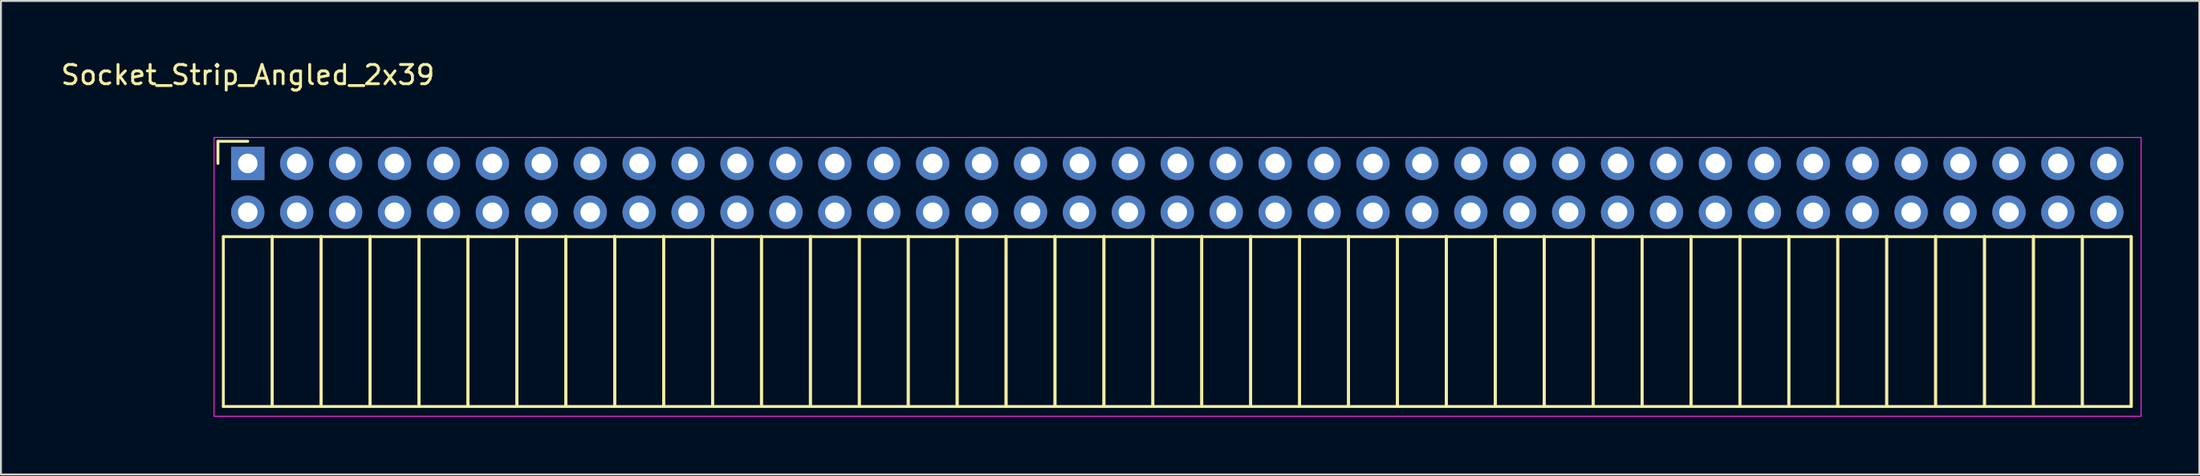
<source format=kicad_pcb>
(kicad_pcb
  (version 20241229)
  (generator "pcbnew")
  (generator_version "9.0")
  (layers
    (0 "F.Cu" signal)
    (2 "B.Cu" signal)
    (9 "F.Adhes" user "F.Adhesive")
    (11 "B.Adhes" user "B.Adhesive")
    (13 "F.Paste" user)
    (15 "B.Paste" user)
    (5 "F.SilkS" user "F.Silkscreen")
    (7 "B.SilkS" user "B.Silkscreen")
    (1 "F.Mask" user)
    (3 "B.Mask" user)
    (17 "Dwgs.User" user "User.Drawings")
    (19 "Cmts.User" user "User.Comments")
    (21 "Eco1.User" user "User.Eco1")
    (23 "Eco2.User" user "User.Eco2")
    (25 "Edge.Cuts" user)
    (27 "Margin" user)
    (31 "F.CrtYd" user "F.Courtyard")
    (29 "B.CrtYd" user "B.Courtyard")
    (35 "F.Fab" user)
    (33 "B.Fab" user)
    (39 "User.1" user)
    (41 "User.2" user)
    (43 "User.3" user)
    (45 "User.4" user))
  (footprint "Socket_Strip_Angled_2x39"
    (layer "F.Cu")
    (at 9.815 5.448)
    (property "Reference" "Socket_Strip_Angled_2x39" (at 0 -4.6 0) (layer "F.SilkS") (effects (font (size 1 1) (thickness 0.15))))
    (attr through_hole)
    (fp_line (start -1.55 -1.15) (end -1.55 0) (stroke (width 0.15) (type solid)) (layer "F.SilkS"))
    (fp_line (start -1.27 3.81) (end -1.27 12.64) (stroke (width 0.15) (type solid)) (layer "F.SilkS"))
    (fp_line (start -1.27 3.81) (end 1.27 3.81) (stroke (width 0.15) (type solid)) (layer "F.SilkS"))
    (fp_line (start -1.27 12.64) (end 1.27 12.64) (stroke (width 0.15) (type solid)) (layer "F.SilkS"))
    (fp_line (start 0 -1.15) (end -1.55 -1.15) (stroke (width 0.15) (type solid)) (layer "F.SilkS"))
    (fp_line (start 1.27 3.81) (end 1.27 12.64) (stroke (width 0.15) (type solid)) (layer "F.SilkS"))
    (fp_line (start 1.27 3.81) (end 3.81 3.81) (stroke (width 0.15) (type solid)) (layer "F.SilkS"))
    (fp_line (start 1.27 12.64) (end 1.27 3.81) (stroke (width 0.15) (type solid)) (layer "F.SilkS"))
    (fp_line (start 1.27 12.64) (end 3.81 12.64) (stroke (width 0.15) (type solid)) (layer "F.SilkS"))
    (fp_line (start 3.81 3.81) (end 3.81 12.64) (stroke (width 0.15) (type solid)) (layer "F.SilkS"))
    (fp_line (start 3.81 3.81) (end 6.35 3.81) (stroke (width 0.15) (type solid)) (layer "F.SilkS"))
    (fp_line (start 3.81 12.64) (end 3.81 3.81) (stroke (width 0.15) (type solid)) (layer "F.SilkS"))
    (fp_line (start 3.81 12.64) (end 6.35 12.64) (stroke (width 0.15) (type solid)) (layer "F.SilkS"))
    (fp_line (start 6.35 3.81) (end 6.35 12.64) (stroke (width 0.15) (type solid)) (layer "F.SilkS"))
    (fp_line (start 6.35 3.81) (end 8.89 3.81) (stroke (width 0.15) (type solid)) (layer "F.SilkS"))
    (fp_line (start 6.35 12.64) (end 6.35 3.81) (stroke (width 0.15) (type solid)) (layer "F.SilkS"))
    (fp_line (start 6.35 12.64) (end 8.89 12.64) (stroke (width 0.15) (type solid)) (layer "F.SilkS"))
    (fp_line (start 8.89 3.81) (end 8.89 12.64) (stroke (width 0.15) (type solid)) (layer "F.SilkS"))
    (fp_line (start 8.89 3.81) (end 11.43 3.81) (stroke (width 0.15) (type solid)) (layer "F.SilkS"))
    (fp_line (start 8.89 12.64) (end 8.89 3.81) (stroke (width 0.15) (type solid)) (layer "F.SilkS"))
    (fp_line (start 8.89 12.64) (end 11.43 12.64) (stroke (width 0.15) (type solid)) (layer "F.SilkS"))
    (fp_line (start 11.43 3.81) (end 11.43 12.64) (stroke (width 0.15) (type solid)) (layer "F.SilkS"))
    (fp_line (start 11.43 3.81) (end 13.97 3.81) (stroke (width 0.15) (type solid)) (layer "F.SilkS"))
    (fp_line (start 11.43 12.64) (end 11.43 3.81) (stroke (width 0.15) (type solid)) (layer "F.SilkS"))
    (fp_line (start 11.43 12.64) (end 13.97 12.64) (stroke (width 0.15) (type solid)) (layer "F.SilkS"))
    (fp_line (start 13.97 3.81) (end 13.97 12.64) (stroke (width 0.15) (type solid)) (layer "F.SilkS"))
    (fp_line (start 13.97 3.81) (end 16.51 3.81) (stroke (width 0.15) (type solid)) (layer "F.SilkS"))
    (fp_line (start 13.97 12.64) (end 13.97 3.81) (stroke (width 0.15) (type solid)) (layer "F.SilkS"))
    (fp_line (start 13.97 12.64) (end 16.51 12.64) (stroke (width 0.15) (type solid)) (layer "F.SilkS"))
    (fp_line (start 16.51 3.81) (end 16.51 12.64) (stroke (width 0.15) (type solid)) (layer "F.SilkS"))
    (fp_line (start 16.51 3.81) (end 19.05 3.81) (stroke (width 0.15) (type solid)) (layer "F.SilkS"))
    (fp_line (start 16.51 12.64) (end 16.51 3.81) (stroke (width 0.15) (type solid)) (layer "F.SilkS"))
    (fp_line (start 16.51 12.64) (end 19.05 12.64) (stroke (width 0.15) (type solid)) (layer "F.SilkS"))
    (fp_line (start 19.05 3.81) (end 19.05 12.64) (stroke (width 0.15) (type solid)) (layer "F.SilkS"))
    (fp_line (start 19.05 3.81) (end 21.59 3.81) (stroke (width 0.15) (type solid)) (layer "F.SilkS"))
    (fp_line (start 19.05 12.64) (end 19.05 3.81) (stroke (width 0.15) (type solid)) (layer "F.SilkS"))
    (fp_line (start 19.05 12.64) (end 21.59 12.64) (stroke (width 0.15) (type solid)) (layer "F.SilkS"))
    (fp_line (start 21.59 3.81) (end 21.59 12.64) (stroke (width 0.15) (type solid)) (layer "F.SilkS"))
    (fp_line (start 21.59 3.81) (end 24.13 3.81) (stroke (width 0.15) (type solid)) (layer "F.SilkS"))
    (fp_line (start 21.59 12.64) (end 21.59 3.81) (stroke (width 0.15) (type solid)) (layer "F.SilkS"))
    (fp_line (start 21.59 12.64) (end 24.13 12.64) (stroke (width 0.15) (type solid)) (layer "F.SilkS"))
    (fp_line (start 24.13 3.81) (end 24.13 12.64) (stroke (width 0.15) (type solid)) (layer "F.SilkS"))
    (fp_line (start 24.13 3.81) (end 26.67 3.81) (stroke (width 0.15) (type solid)) (layer "F.SilkS"))
    (fp_line (start 24.13 12.64) (end 24.13 3.81) (stroke (width 0.15) (type solid)) (layer "F.SilkS"))
    (fp_line (start 24.13 12.64) (end 26.67 12.64) (stroke (width 0.15) (type solid)) (layer "F.SilkS"))
    (fp_line (start 26.67 3.81) (end 26.67 12.64) (stroke (width 0.15) (type solid)) (layer "F.SilkS"))
    (fp_line (start 26.67 3.81) (end 29.21 3.81) (stroke (width 0.15) (type solid)) (layer "F.SilkS"))
    (fp_line (start 26.67 12.64) (end 26.67 3.81) (stroke (width 0.15) (type solid)) (layer "F.SilkS"))
    (fp_line (start 26.67 12.64) (end 29.21 12.64) (stroke (width 0.15) (type solid)) (layer "F.SilkS"))
    (fp_line (start 29.21 3.81) (end 29.21 12.64) (stroke (width 0.15) (type solid)) (layer "F.SilkS"))
    (fp_line (start 29.21 3.81) (end 31.75 3.81) (stroke (width 0.15) (type solid)) (layer "F.SilkS"))
    (fp_line (start 29.21 12.64) (end 29.21 3.81) (stroke (width 0.15) (type solid)) (layer "F.SilkS"))
    (fp_line (start 29.21 12.64) (end 31.75 12.64) (stroke (width 0.15) (type solid)) (layer "F.SilkS"))
    (fp_line (start 31.75 3.81) (end 31.75 12.64) (stroke (width 0.15) (type solid)) (layer "F.SilkS"))
    (fp_line (start 31.75 3.81) (end 34.29 3.81) (stroke (width 0.15) (type solid)) (layer "F.SilkS"))
    (fp_line (start 31.75 12.64) (end 31.75 3.81) (stroke (width 0.15) (type solid)) (layer "F.SilkS"))
    (fp_line (start 31.75 12.64) (end 34.29 12.64) (stroke (width 0.15) (type solid)) (layer "F.SilkS"))
    (fp_line (start 34.29 3.81) (end 34.29 12.64) (stroke (width 0.15) (type solid)) (layer "F.SilkS"))
    (fp_line (start 34.29 3.81) (end 36.83 3.81) (stroke (width 0.15) (type solid)) (layer "F.SilkS"))
    (fp_line (start 34.29 12.64) (end 34.29 3.81) (stroke (width 0.15) (type solid)) (layer "F.SilkS"))
    (fp_line (start 34.29 12.64) (end 36.83 12.64) (stroke (width 0.15) (type solid)) (layer "F.SilkS"))
    (fp_line (start 36.83 3.81) (end 36.83 12.64) (stroke (width 0.15) (type solid)) (layer "F.SilkS"))
    (fp_line (start 36.83 3.81) (end 39.37 3.81) (stroke (width 0.15) (type solid)) (layer "F.SilkS"))
    (fp_line (start 36.83 12.64) (end 36.83 3.81) (stroke (width 0.15) (type solid)) (layer "F.SilkS"))
    (fp_line (start 36.83 12.64) (end 39.37 12.64) (stroke (width 0.15) (type solid)) (layer "F.SilkS"))
    (fp_line (start 39.37 3.81) (end 39.37 12.64) (stroke (width 0.15) (type solid)) (layer "F.SilkS"))
    (fp_line (start 39.37 3.81) (end 41.91 3.81) (stroke (width 0.15) (type solid)) (layer "F.SilkS"))
    (fp_line (start 39.37 12.64) (end 39.37 3.81) (stroke (width 0.15) (type solid)) (layer "F.SilkS"))
    (fp_line (start 39.37 12.64) (end 41.91 12.64) (stroke (width 0.15) (type solid)) (layer "F.SilkS"))
    (fp_line (start 41.91 3.81) (end 41.91 12.64) (stroke (width 0.15) (type solid)) (layer "F.SilkS"))
    (fp_line (start 41.91 3.81) (end 44.45 3.81) (stroke (width 0.15) (type solid)) (layer "F.SilkS"))
    (fp_line (start 41.91 12.64) (end 41.91 3.81) (stroke (width 0.15) (type solid)) (layer "F.SilkS"))
    (fp_line (start 41.91 12.64) (end 44.45 12.64) (stroke (width 0.15) (type solid)) (layer "F.SilkS"))
    (fp_line (start 44.45 3.81) (end 44.45 12.64) (stroke (width 0.15) (type solid)) (layer "F.SilkS"))
    (fp_line (start 44.45 3.81) (end 46.99 3.81) (stroke (width 0.15) (type solid)) (layer "F.SilkS"))
    (fp_line (start 44.45 12.64) (end 44.45 3.81) (stroke (width 0.15) (type solid)) (layer "F.SilkS"))
    (fp_line (start 44.45 12.64) (end 46.99 12.64) (stroke (width 0.15) (type solid)) (layer "F.SilkS"))
    (fp_line (start 46.99 3.81) (end 46.99 12.64) (stroke (width 0.15) (type solid)) (layer "F.SilkS"))
    (fp_line (start 46.99 3.81) (end 49.53 3.81) (stroke (width 0.15) (type solid)) (layer "F.SilkS"))
    (fp_line (start 46.99 12.64) (end 46.99 3.81) (stroke (width 0.15) (type solid)) (layer "F.SilkS"))
    (fp_line (start 46.99 12.64) (end 49.53 12.64) (stroke (width 0.15) (type solid)) (layer "F.SilkS"))
    (fp_line (start 49.53 3.81) (end 49.53 12.64) (stroke (width 0.15) (type solid)) (layer "F.SilkS"))
    (fp_line (start 49.53 3.81) (end 52.07 3.81) (stroke (width 0.15) (type solid)) (layer "F.SilkS"))
    (fp_line (start 49.53 12.64) (end 49.53 3.81) (stroke (width 0.15) (type solid)) (layer "F.SilkS"))
    (fp_line (start 49.53 12.64) (end 52.07 12.64) (stroke (width 0.15) (type solid)) (layer "F.SilkS"))
    (fp_line (start 52.07 3.81) (end 52.07 12.64) (stroke (width 0.15) (type solid)) (layer "F.SilkS"))
    (fp_line (start 52.07 3.81) (end 54.61 3.81) (stroke (width 0.15) (type solid)) (layer "F.SilkS"))
    (fp_line (start 52.07 12.64) (end 52.07 3.81) (stroke (width 0.15) (type solid)) (layer "F.SilkS"))
    (fp_line (start 52.07 12.64) (end 54.61 12.64) (stroke (width 0.15) (type solid)) (layer "F.SilkS"))
    (fp_line (start 54.61 3.81) (end 54.61 12.64) (stroke (width 0.15) (type solid)) (layer "F.SilkS"))
    (fp_line (start 54.61 3.81) (end 57.15 3.81) (stroke (width 0.15) (type solid)) (layer "F.SilkS"))
    (fp_line (start 54.61 12.64) (end 54.61 3.81) (stroke (width 0.15) (type solid)) (layer "F.SilkS"))
    (fp_line (start 54.61 12.64) (end 57.15 12.64) (stroke (width 0.15) (type solid)) (layer "F.SilkS"))
    (fp_line (start 57.15 3.81) (end 57.15 12.64) (stroke (width 0.15) (type solid)) (layer "F.SilkS"))
    (fp_line (start 57.15 3.81) (end 59.69 3.81) (stroke (width 0.15) (type solid)) (layer "F.SilkS"))
    (fp_line (start 57.15 12.64) (end 57.15 3.81) (stroke (width 0.15) (type solid)) (layer "F.SilkS"))
    (fp_line (start 57.15 12.64) (end 59.69 12.64) (stroke (width 0.15) (type solid)) (layer "F.SilkS"))
    (fp_line (start 59.69 3.81) (end 59.69 12.64) (stroke (width 0.15) (type solid)) (layer "F.SilkS"))
    (fp_line (start 59.69 3.81) (end 62.23 3.81) (stroke (width 0.15) (type solid)) (layer "F.SilkS"))
    (fp_line (start 59.69 12.64) (end 59.69 3.81) (stroke (width 0.15) (type solid)) (layer "F.SilkS"))
    (fp_line (start 59.69 12.64) (end 62.23 12.64) (stroke (width 0.15) (type solid)) (layer "F.SilkS"))
    (fp_line (start 62.23 3.81) (end 62.23 12.64) (stroke (width 0.15) (type solid)) (layer "F.SilkS"))
    (fp_line (start 62.23 3.81) (end 64.77 3.81) (stroke (width 0.15) (type solid)) (layer "F.SilkS"))
    (fp_line (start 62.23 12.64) (end 62.23 3.81) (stroke (width 0.15) (type solid)) (layer "F.SilkS"))
    (fp_line (start 62.23 12.64) (end 64.77 12.64) (stroke (width 0.15) (type solid)) (layer "F.SilkS"))
    (fp_line (start 64.77 3.81) (end 64.77 12.64) (stroke (width 0.15) (type solid)) (layer "F.SilkS"))
    (fp_line (start 64.77 3.81) (end 67.31 3.81) (stroke (width 0.15) (type solid)) (layer "F.SilkS"))
    (fp_line (start 64.77 12.64) (end 64.77 3.81) (stroke (width 0.15) (type solid)) (layer "F.SilkS"))
    (fp_line (start 64.77 12.64) (end 67.31 12.64) (stroke (width 0.15) (type solid)) (layer "F.SilkS"))
    (fp_line (start 67.31 3.81) (end 67.31 12.64) (stroke (width 0.15) (type solid)) (layer "F.SilkS"))
    (fp_line (start 67.31 3.81) (end 69.85 3.81) (stroke (width 0.15) (type solid)) (layer "F.SilkS"))
    (fp_line (start 67.31 12.64) (end 67.31 3.81) (stroke (width 0.15) (type solid)) (layer "F.SilkS"))
    (fp_line (start 67.31 12.64) (end 69.85 12.64) (stroke (width 0.15) (type solid)) (layer "F.SilkS"))
    (fp_line (start 69.85 3.81) (end 69.85 12.64) (stroke (width 0.15) (type solid)) (layer "F.SilkS"))
    (fp_line (start 69.85 3.81) (end 72.39 3.81) (stroke (width 0.15) (type solid)) (layer "F.SilkS"))
    (fp_line (start 69.85 12.64) (end 69.85 3.81) (stroke (width 0.15) (type solid)) (layer "F.SilkS"))
    (fp_line (start 69.85 12.64) (end 72.39 12.64) (stroke (width 0.15) (type solid)) (layer "F.SilkS"))
    (fp_line (start 72.39 3.81) (end 72.39 12.64) (stroke (width 0.15) (type solid)) (layer "F.SilkS"))
    (fp_line (start 72.39 3.81) (end 74.93 3.81) (stroke (width 0.15) (type solid)) (layer "F.SilkS"))
    (fp_line (start 72.39 12.64) (end 72.39 3.81) (stroke (width 0.15) (type solid)) (layer "F.SilkS"))
    (fp_line (start 72.39 12.64) (end 74.93 12.64) (stroke (width 0.15) (type solid)) (layer "F.SilkS"))
    (fp_line (start 74.93 3.81) (end 74.93 12.64) (stroke (width 0.15) (type solid)) (layer "F.SilkS"))
    (fp_line (start 74.93 3.81) (end 77.47 3.81) (stroke (width 0.15) (type solid)) (layer "F.SilkS"))
    (fp_line (start 74.93 12.64) (end 74.93 3.81) (stroke (width 0.15) (type solid)) (layer "F.SilkS"))
    (fp_line (start 74.93 12.64) (end 77.47 12.64) (stroke (width 0.15) (type solid)) (layer "F.SilkS"))
    (fp_line (start 77.47 3.81) (end 77.47 12.64) (stroke (width 0.15) (type solid)) (layer "F.SilkS"))
    (fp_line (start 77.47 3.81) (end 80.01 3.81) (stroke (width 0.15) (type solid)) (layer "F.SilkS"))
    (fp_line (start 77.47 12.64) (end 77.47 3.81) (stroke (width 0.15) (type solid)) (layer "F.SilkS"))
    (fp_line (start 77.47 12.64) (end 80.01 12.64) (stroke (width 0.15) (type solid)) (layer "F.SilkS"))
    (fp_line (start 80.01 3.81) (end 80.01 12.64) (stroke (width 0.15) (type solid)) (layer "F.SilkS"))
    (fp_line (start 80.01 3.81) (end 82.55 3.81) (stroke (width 0.15) (type solid)) (layer "F.SilkS"))
    (fp_line (start 80.01 12.64) (end 80.01 3.81) (stroke (width 0.15) (type solid)) (layer "F.SilkS"))
    (fp_line (start 80.01 12.64) (end 82.55 12.64) (stroke (width 0.15) (type solid)) (layer "F.SilkS"))
    (fp_line (start 82.55 3.81) (end 82.55 12.64) (stroke (width 0.15) (type solid)) (layer "F.SilkS"))
    (fp_line (start 82.55 3.81) (end 85.09 3.81) (stroke (width 0.15) (type solid)) (layer "F.SilkS"))
    (fp_line (start 82.55 12.64) (end 82.55 3.81) (stroke (width 0.15) (type solid)) (layer "F.SilkS"))
    (fp_line (start 82.55 12.64) (end 85.09 12.64) (stroke (width 0.15) (type solid)) (layer "F.SilkS"))
    (fp_line (start 85.09 3.81) (end 85.09 12.64) (stroke (width 0.15) (type solid)) (layer "F.SilkS"))
    (fp_line (start 85.09 3.81) (end 87.63 3.81) (stroke (width 0.15) (type solid)) (layer "F.SilkS"))
    (fp_line (start 85.09 12.64) (end 85.09 3.81) (stroke (width 0.15) (type solid)) (layer "F.SilkS"))
    (fp_line (start 85.09 12.64) (end 87.63 12.64) (stroke (width 0.15) (type solid)) (layer "F.SilkS"))
    (fp_line (start 87.63 3.81) (end 87.63 12.64) (stroke (width 0.15) (type solid)) (layer "F.SilkS"))
    (fp_line (start 87.63 3.81) (end 90.17 3.81) (stroke (width 0.15) (type solid)) (layer "F.SilkS"))
    (fp_line (start 87.63 12.64) (end 87.63 3.81) (stroke (width 0.15) (type solid)) (layer "F.SilkS"))
    (fp_line (start 87.63 12.64) (end 90.17 12.64) (stroke (width 0.15) (type solid)) (layer "F.SilkS"))
    (fp_line (start 90.17 3.81) (end 90.17 12.64) (stroke (width 0.15) (type solid)) (layer "F.SilkS"))
    (fp_line (start 90.17 3.81) (end 92.71 3.81) (stroke (width 0.15) (type solid)) (layer "F.SilkS"))
    (fp_line (start 90.17 12.64) (end 90.17 3.81) (stroke (width 0.15) (type solid)) (layer "F.SilkS"))
    (fp_line (start 90.17 12.64) (end 92.71 12.64) (stroke (width 0.15) (type solid)) (layer "F.SilkS"))
    (fp_line (start 92.71 3.81) (end 92.71 12.64) (stroke (width 0.15) (type solid)) (layer "F.SilkS"))
    (fp_line (start 92.71 3.81) (end 95.25 3.81) (stroke (width 0.15) (type solid)) (layer "F.SilkS"))
    (fp_line (start 92.71 12.64) (end 92.71 3.81) (stroke (width 0.15) (type solid)) (layer "F.SilkS"))
    (fp_line (start 92.71 12.64) (end 95.25 12.64) (stroke (width 0.15) (type solid)) (layer "F.SilkS"))
    (fp_line (start 95.25 3.81) (end 95.25 12.64) (stroke (width 0.15) (type solid)) (layer "F.SilkS"))
    (fp_line (start 95.25 3.81) (end 97.79 3.81) (stroke (width 0.15) (type solid)) (layer "F.SilkS"))
    (fp_line (start 95.25 12.64) (end 95.25 3.81) (stroke (width 0.15) (type solid)) (layer "F.SilkS"))
    (fp_line (start 95.25 12.64) (end 97.79 12.64) (stroke (width 0.15) (type solid)) (layer "F.SilkS"))
    (fp_line (start 97.79 3.81) (end 97.79 12.64) (stroke (width 0.15) (type solid)) (layer "F.SilkS"))
    (fp_line (start 97.79 12.64) (end 97.79 3.81) (stroke (width 0.15) (type solid)) (layer "F.SilkS"))
    (fp_line (start -1.75 -1.35) (end -1.75 13.15) (stroke (width 0.05) (type solid)) (layer "F.CrtYd"))
    (fp_line (start -1.75 -1.35) (end 98.3 -1.35) (stroke (width 0.05) (type solid)) (layer "F.CrtYd"))
    (fp_line (start -1.75 13.15) (end 98.3 13.15) (stroke (width 0.05) (type solid)) (layer "F.CrtYd"))
    (fp_line (start 98.3 -1.35) (end 98.3 13.15) (stroke (width 0.05) (type solid)) (layer "F.CrtYd"))
    (pad "1" thru_hole rect (at 0 0) (size 1.727 1.727) (drill 1.016) (layers "*.Cu" "*.Mask"))
    (pad "2" thru_hole oval (at 0 2.54) (size 1.727 1.727) (drill 1.016) (layers "*.Cu" "*.Mask"))
    (pad "3" thru_hole oval (at 2.54 0) (size 1.727 1.727) (drill 1.016) (layers "*.Cu" "*.Mask"))
    (pad "4" thru_hole oval (at 2.54 2.54) (size 1.727 1.727) (drill 1.016) (layers "*.Cu" "*.Mask"))
    (pad "5" thru_hole oval (at 5.08 0) (size 1.727 1.727) (drill 1.016) (layers "*.Cu" "*.Mask"))
    (pad "6" thru_hole oval (at 5.08 2.54) (size 1.727 1.727) (drill 1.016) (layers "*.Cu" "*.Mask"))
    (pad "7" thru_hole oval (at 7.62 0) (size 1.727 1.727) (drill 1.016) (layers "*.Cu" "*.Mask"))
    (pad "8" thru_hole oval (at 7.62 2.54) (size 1.727 1.727) (drill 1.016) (layers "*.Cu" "*.Mask"))
    (pad "9" thru_hole oval (at 10.16 0) (size 1.727 1.727) (drill 1.016) (layers "*.Cu" "*.Mask"))
    (pad "10" thru_hole oval (at 10.16 2.54) (size 1.727 1.727) (drill 1.016) (layers "*.Cu" "*.Mask"))
    (pad "11" thru_hole oval (at 12.7 0) (size 1.727 1.727) (drill 1.016) (layers "*.Cu" "*.Mask"))
    (pad "12" thru_hole oval (at 12.7 2.54) (size 1.727 1.727) (drill 1.016) (layers "*.Cu" "*.Mask"))
    (pad "13" thru_hole oval (at 15.24 0) (size 1.727 1.727) (drill 1.016) (layers "*.Cu" "*.Mask"))
    (pad "14" thru_hole oval (at 15.24 2.54) (size 1.727 1.727) (drill 1.016) (layers "*.Cu" "*.Mask"))
    (pad "15" thru_hole oval (at 17.78 0) (size 1.727 1.727) (drill 1.016) (layers "*.Cu" "*.Mask"))
    (pad "16" thru_hole oval (at 17.78 2.54) (size 1.727 1.727) (drill 1.016) (layers "*.Cu" "*.Mask"))
    (pad "17" thru_hole oval (at 20.32 0) (size 1.727 1.727) (drill 1.016) (layers "*.Cu" "*.Mask"))
    (pad "18" thru_hole oval (at 20.32 2.54) (size 1.727 1.727) (drill 1.016) (layers "*.Cu" "*.Mask"))
    (pad "19" thru_hole oval (at 22.86 0) (size 1.727 1.727) (drill 1.016) (layers "*.Cu" "*.Mask"))
    (pad "20" thru_hole oval (at 22.86 2.54) (size 1.727 1.727) (drill 1.016) (layers "*.Cu" "*.Mask"))
    (pad "21" thru_hole oval (at 25.4 0) (size 1.727 1.727) (drill 1.016) (layers "*.Cu" "*.Mask"))
    (pad "22" thru_hole oval (at 25.4 2.54) (size 1.727 1.727) (drill 1.016) (layers "*.Cu" "*.Mask"))
    (pad "23" thru_hole oval (at 27.94 0) (size 1.727 1.727) (drill 1.016) (layers "*.Cu" "*.Mask"))
    (pad "24" thru_hole oval (at 27.94 2.54) (size 1.727 1.727) (drill 1.016) (layers "*.Cu" "*.Mask"))
    (pad "25" thru_hole oval (at 30.48 0) (size 1.727 1.727) (drill 1.016) (layers "*.Cu" "*.Mask"))
    (pad "26" thru_hole oval (at 30.48 2.54) (size 1.727 1.727) (drill 1.016) (layers "*.Cu" "*.Mask"))
    (pad "27" thru_hole oval (at 33.02 0) (size 1.727 1.727) (drill 1.016) (layers "*.Cu" "*.Mask"))
    (pad "28" thru_hole oval (at 33.02 2.54) (size 1.727 1.727) (drill 1.016) (layers "*.Cu" "*.Mask"))
    (pad "29" thru_hole oval (at 35.56 0) (size 1.727 1.727) (drill 1.016) (layers "*.Cu" "*.Mask"))
    (pad "30" thru_hole oval (at 35.56 2.54) (size 1.727 1.727) (drill 1.016) (layers "*.Cu" "*.Mask"))
    (pad "31" thru_hole oval (at 38.1 0) (size 1.727 1.727) (drill 1.016) (layers "*.Cu" "*.Mask"))
    (pad "32" thru_hole oval (at 38.1 2.54) (size 1.727 1.727) (drill 1.016) (layers "*.Cu" "*.Mask"))
    (pad "33" thru_hole oval (at 40.64 0) (size 1.727 1.727) (drill 1.016) (layers "*.Cu" "*.Mask"))
    (pad "34" thru_hole oval (at 40.64 2.54) (size 1.727 1.727) (drill 1.016) (layers "*.Cu" "*.Mask"))
    (pad "35" thru_hole oval (at 43.18 0) (size 1.727 1.727) (drill 1.016) (layers "*.Cu" "*.Mask"))
    (pad "36" thru_hole oval (at 43.18 2.54) (size 1.727 1.727) (drill 1.016) (layers "*.Cu" "*.Mask"))
    (pad "37" thru_hole oval (at 45.72 0) (size 1.727 1.727) (drill 1.016) (layers "*.Cu" "*.Mask"))
    (pad "38" thru_hole oval (at 45.72 2.54) (size 1.727 1.727) (drill 1.016) (layers "*.Cu" "*.Mask"))
    (pad "39" thru_hole oval (at 48.26 0) (size 1.727 1.727) (drill 1.016) (layers "*.Cu" "*.Mask"))
    (pad "40" thru_hole oval (at 48.26 2.54) (size 1.727 1.727) (drill 1.016) (layers "*.Cu" "*.Mask"))
    (pad "41" thru_hole oval (at 50.8 0) (size 1.727 1.727) (drill 1.016) (layers "*.Cu" "*.Mask"))
    (pad "42" thru_hole oval (at 50.8 2.54) (size 1.727 1.727) (drill 1.016) (layers "*.Cu" "*.Mask"))
    (pad "43" thru_hole oval (at 53.34 0) (size 1.727 1.727) (drill 1.016) (layers "*.Cu" "*.Mask"))
    (pad "44" thru_hole oval (at 53.34 2.54) (size 1.727 1.727) (drill 1.016) (layers "*.Cu" "*.Mask"))
    (pad "45" thru_hole oval (at 55.88 0) (size 1.727 1.727) (drill 1.016) (layers "*.Cu" "*.Mask"))
    (pad "46" thru_hole oval (at 55.88 2.54) (size 1.727 1.727) (drill 1.016) (layers "*.Cu" "*.Mask"))
    (pad "47" thru_hole oval (at 58.42 0) (size 1.727 1.727) (drill 1.016) (layers "*.Cu" "*.Mask"))
    (pad "48" thru_hole oval (at 58.42 2.54) (size 1.727 1.727) (drill 1.016) (layers "*.Cu" "*.Mask"))
    (pad "49" thru_hole oval (at 60.96 0) (size 1.727 1.727) (drill 1.016) (layers "*.Cu" "*.Mask"))
    (pad "50" thru_hole oval (at 60.96 2.54) (size 1.727 1.727) (drill 1.016) (layers "*.Cu" "*.Mask"))
    (pad "51" thru_hole oval (at 63.5 0) (size 1.727 1.727) (drill 1.016) (layers "*.Cu" "*.Mask"))
    (pad "52" thru_hole oval (at 63.5 2.54) (size 1.727 1.727) (drill 1.016) (layers "*.Cu" "*.Mask"))
    (pad "53" thru_hole oval (at 66.04 0) (size 1.727 1.727) (drill 1.016) (layers "*.Cu" "*.Mask"))
    (pad "54" thru_hole oval (at 66.04 2.54) (size 1.727 1.727) (drill 1.016) (layers "*.Cu" "*.Mask"))
    (pad "55" thru_hole oval (at 68.58 0) (size 1.727 1.727) (drill 1.016) (layers "*.Cu" "*.Mask"))
    (pad "56" thru_hole oval (at 68.58 2.54) (size 1.727 1.727) (drill 1.016) (layers "*.Cu" "*.Mask"))
    (pad "57" thru_hole oval (at 71.12 0) (size 1.727 1.727) (drill 1.016) (layers "*.Cu" "*.Mask"))
    (pad "58" thru_hole oval (at 71.12 2.54) (size 1.727 1.727) (drill 1.016) (layers "*.Cu" "*.Mask"))
    (pad "59" thru_hole oval (at 73.66 0) (size 1.727 1.727) (drill 1.016) (layers "*.Cu" "*.Mask"))
    (pad "60" thru_hole oval (at 73.66 2.54) (size 1.727 1.727) (drill 1.016) (layers "*.Cu" "*.Mask"))
    (pad "61" thru_hole oval (at 76.2 0) (size 1.727 1.727) (drill 1.016) (layers "*.Cu" "*.Mask"))
    (pad "62" thru_hole oval (at 76.2 2.54) (size 1.727 1.727) (drill 1.016) (layers "*.Cu" "*.Mask"))
    (pad "63" thru_hole oval (at 78.74 0) (size 1.727 1.727) (drill 1.016) (layers "*.Cu" "*.Mask"))
    (pad "64" thru_hole oval (at 78.74 2.54) (size 1.727 1.727) (drill 1.016) (layers "*.Cu" "*.Mask"))
    (pad "65" thru_hole oval (at 81.28 0) (size 1.727 1.727) (drill 1.016) (layers "*.Cu" "*.Mask"))
    (pad "66" thru_hole oval (at 81.28 2.54) (size 1.727 1.727) (drill 1.016) (layers "*.Cu" "*.Mask"))
    (pad "67" thru_hole oval (at 83.82 0) (size 1.727 1.727) (drill 1.016) (layers "*.Cu" "*.Mask"))
    (pad "68" thru_hole oval (at 83.82 2.54) (size 1.727 1.727) (drill 1.016) (layers "*.Cu" "*.Mask"))
    (pad "69" thru_hole oval (at 86.36 0) (size 1.727 1.727) (drill 1.016) (layers "*.Cu" "*.Mask"))
    (pad "70" thru_hole oval (at 86.36 2.54) (size 1.727 1.727) (drill 1.016) (layers "*.Cu" "*.Mask"))
    (pad "71" thru_hole oval (at 88.9 0) (size 1.727 1.727) (drill 1.016) (layers "*.Cu" "*.Mask"))
    (pad "72" thru_hole oval (at 88.9 2.54) (size 1.727 1.727) (drill 1.016) (layers "*.Cu" "*.Mask"))
    (pad "73" thru_hole oval (at 91.44 0) (size 1.727 1.727) (drill 1.016) (layers "*.Cu" "*.Mask"))
    (pad "74" thru_hole oval (at 91.44 2.54) (size 1.727 1.727) (drill 1.016) (layers "*.Cu" "*.Mask"))
    (pad "75" thru_hole oval (at 93.98 0) (size 1.727 1.727) (drill 1.016) (layers "*.Cu" "*.Mask"))
    (pad "76" thru_hole oval (at 93.98 2.54) (size 1.727 1.727) (drill 1.016) (layers "*.Cu" "*.Mask"))
    (pad "77" thru_hole oval (at 96.52 0) (size 1.727 1.727) (drill 1.016) (layers "*.Cu" "*.Mask"))
    (pad "78" thru_hole oval (at 96.52 2.54) (size 1.727 1.727) (drill 1.016) (layers "*.Cu" "*.Mask")))
  (gr_rect
    (start -3 -3)
    (end 111.14 21.623)
    (stroke (width 0.1) (type default))
    (fill no)
    (layer "Edge.Cuts")))
</source>
